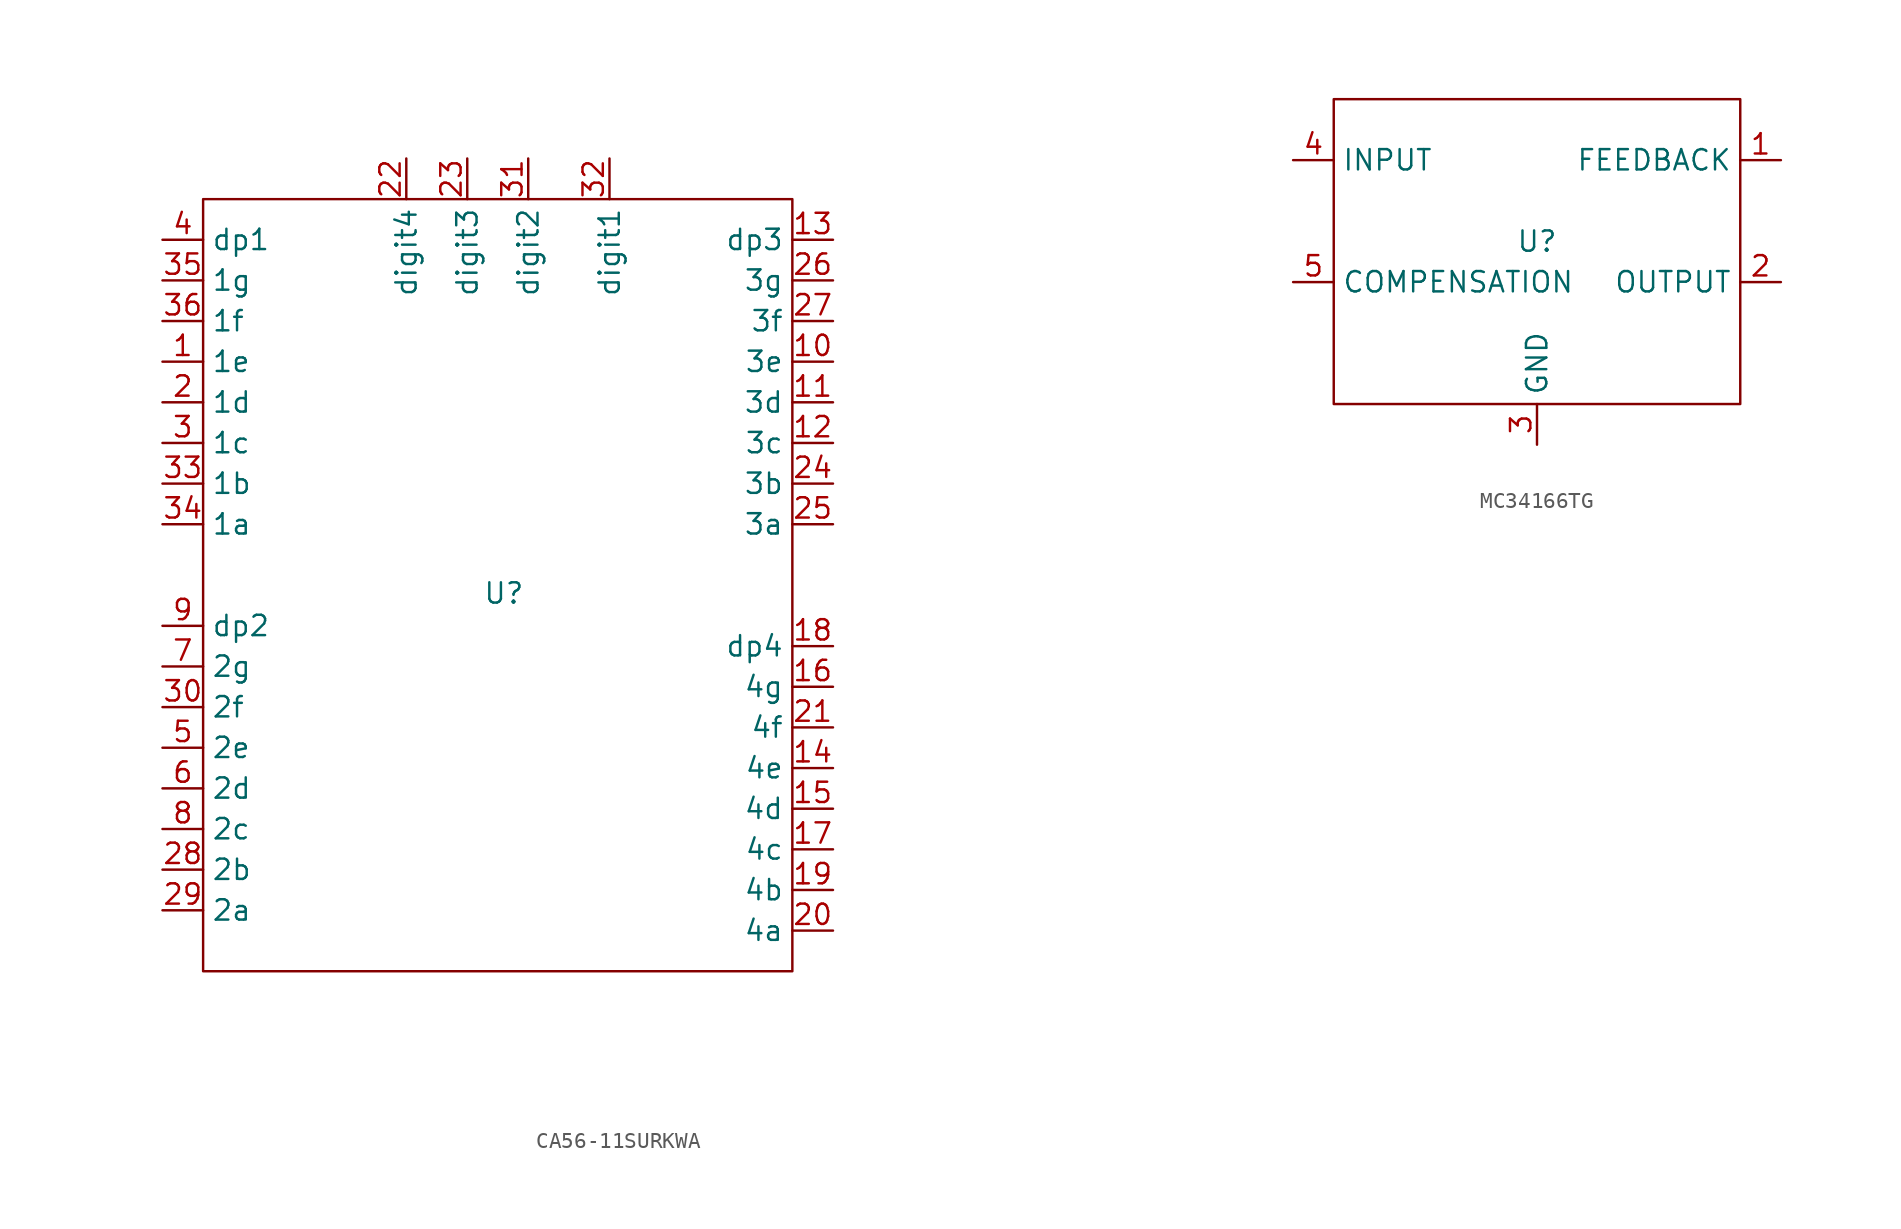
<source format=kicad_sym>
(kicad_symbol_lib
  (version 20231120)
  (generator "kicad_symbol_editor")
  (generator_version "8.0")
  (symbol "CA56-11SURKWA"
    (property "Reference" "U"
      (at -0.254 -0.508 0)
      (effects (font (size 1.27 1.27))))
    (property "Value" ""
      (at 35.56 -27.94 0)
      (effects (font (size 1.27 1.27))))
    (symbol "CA56-11SURKWA_0_1"
      (rectangle (start -19.05 24.13) (end 17.78 -24.13) (stroke (width 0) (type default)) (fill (type none))))
    (symbol "CA56-11SURKWA_1_1"
      (pin input line (at -21.59 13.97 0) (length 2.54) (name "1e" (effects (font (size 1.27 1.27)))) (number "1" (effects (font (size 1.27 1.27)))))
      (pin input line (at 20.32 13.97 180) (length 2.54) (name "3e" (effects (font (size 1.27 1.27)))) (number "10" (effects (font (size 1.27 1.27)))))
      (pin input line (at 20.32 11.43 180) (length 2.54) (name "3d" (effects (font (size 1.27 1.27)))) (number "11" (effects (font (size 1.27 1.27)))))
      (pin input line (at 20.32 8.89 180) (length 2.54) (name "3c" (effects (font (size 1.27 1.27)))) (number "12" (effects (font (size 1.27 1.27)))))
      (pin input line (at 20.32 21.59 180) (length 2.54) (name "dp3" (effects (font (size 1.27 1.27)))) (number "13" (effects (font (size 1.27 1.27)))))
      (pin input line (at 20.32 -11.43 180) (length 2.54) (name "4e" (effects (font (size 1.27 1.27)))) (number "14" (effects (font (size 1.27 1.27)))))
      (pin input line (at 20.32 -13.97 180) (length 2.54) (name "4d" (effects (font (size 1.27 1.27)))) (number "15" (effects (font (size 1.27 1.27)))))
      (pin input line (at 20.32 -6.35 180) (length 2.54) (name "4g" (effects (font (size 1.27 1.27)))) (number "16" (effects (font (size 1.27 1.27)))))
      (pin input line (at 20.32 -16.51 180) (length 2.54) (name "4c" (effects (font (size 1.27 1.27)))) (number "17" (effects (font (size 1.27 1.27)))))
      (pin input line (at 20.32 -3.81 180) (length 2.54) (name "dp4" (effects (font (size 1.27 1.27)))) (number "18" (effects (font (size 1.27 1.27)))))
      (pin input line (at 20.32 -19.05 180) (length 2.54) (name "4b" (effects (font (size 1.27 1.27)))) (number "19" (effects (font (size 1.27 1.27)))))
      (pin input line (at -21.59 11.43 0) (length 2.54) (name "1d" (effects (font (size 1.27 1.27)))) (number "2" (effects (font (size 1.27 1.27)))))
      (pin input line (at 20.32 -21.59 180) (length 2.54) (name "4a" (effects (font (size 1.27 1.27)))) (number "20" (effects (font (size 1.27 1.27)))))
      (pin input line (at 20.32 -8.89 180) (length 2.54) (name "4f" (effects (font (size 1.27 1.27)))) (number "21" (effects (font (size 1.27 1.27)))))
      (pin input line (at -6.35 26.67 270) (length 2.54) (name "digit4" (effects (font (size 1.27 1.27)))) (number "22" (effects (font (size 1.27 1.27)))))
      (pin input line (at -2.54 26.67 270) (length 2.54) (name "digit3" (effects (font (size 1.27 1.27)))) (number "23" (effects (font (size 1.27 1.27)))))
      (pin input line (at 20.32 6.35 180) (length 2.54) (name "3b" (effects (font (size 1.27 1.27)))) (number "24" (effects (font (size 1.27 1.27)))))
      (pin input line (at 20.32 3.81 180) (length 2.54) (name "3a" (effects (font (size 1.27 1.27)))) (number "25" (effects (font (size 1.27 1.27)))))
      (pin input line (at 20.32 19.05 180) (length 2.54) (name "3g" (effects (font (size 1.27 1.27)))) (number "26" (effects (font (size 1.27 1.27)))))
      (pin input line (at 20.32 16.51 180) (length 2.54) (name "3f" (effects (font (size 1.27 1.27)))) (number "27" (effects (font (size 1.27 1.27)))))
      (pin input line (at -21.59 -17.78 0) (length 2.54) (name "2b" (effects (font (size 1.27 1.27)))) (number "28" (effects (font (size 1.27 1.27)))))
      (pin input line (at -21.59 -20.32 0) (length 2.54) (name "2a" (effects (font (size 1.27 1.27)))) (number "29" (effects (font (size 1.27 1.27)))))
      (pin input line (at -21.59 8.89 0) (length 2.54) (name "1c" (effects (font (size 1.27 1.27)))) (number "3" (effects (font (size 1.27 1.27)))))
      (pin input line (at -21.59 -7.62 0) (length 2.54) (name "2f" (effects (font (size 1.27 1.27)))) (number "30" (effects (font (size 1.27 1.27)))))
      (pin input line (at 1.27 26.67 270) (length 2.54) (name "digit2" (effects (font (size 1.27 1.27)))) (number "31" (effects (font (size 1.27 1.27)))))
      (pin input line (at 6.35 26.67 270) (length 2.54) (name "digit1" (effects (font (size 1.27 1.27)))) (number "32" (effects (font (size 1.27 1.27)))))
      (pin input line (at -21.59 6.35 0) (length 2.54) (name "1b" (effects (font (size 1.27 1.27)))) (number "33" (effects (font (size 1.27 1.27)))))
      (pin input line (at -21.59 3.81 0) (length 2.54) (name "1a" (effects (font (size 1.27 1.27)))) (number "34" (effects (font (size 1.27 1.27)))))
      (pin input line (at -21.59 19.05 0) (length 2.54) (name "1g" (effects (font (size 1.27 1.27)))) (number "35" (effects (font (size 1.27 1.27)))))
      (pin input line (at -21.59 16.51 0) (length 2.54) (name "1f" (effects (font (size 1.27 1.27)))) (number "36" (effects (font (size 1.27 1.27)))))
      (pin input line (at -21.59 21.59 0) (length 2.54) (name "dp1" (effects (font (size 1.27 1.27)))) (number "4" (effects (font (size 1.27 1.27)))))
      (pin input line (at -21.59 -10.16 0) (length 2.54) (name "2e" (effects (font (size 1.27 1.27)))) (number "5" (effects (font (size 1.27 1.27)))))
      (pin input line (at -21.59 -12.7 0) (length 2.54) (name "2d" (effects (font (size 1.27 1.27)))) (number "6" (effects (font (size 1.27 1.27)))))
      (pin input line (at -21.59 -5.08 0) (length 2.54) (name "2g" (effects (font (size 1.27 1.27)))) (number "7" (effects (font (size 1.27 1.27)))))
      (pin input line (at -21.59 -15.24 0) (length 2.54) (name "2c" (effects (font (size 1.27 1.27)))) (number "8" (effects (font (size 1.27 1.27)))))
      (pin input line (at -21.59 -2.54 0) (length 2.54) (name "dp2" (effects (font (size 1.27 1.27)))) (number "9" (effects (font (size 1.27 1.27)))))))
  (symbol "MC34166TG"
    (property "Reference" "U"
      (at 0 0 0)
      (effects (font (size 1.27 1.27))))
    (property "Value" ""
      (at 0 0 0)
      (effects (font (size 1.27 1.27))))
    (symbol "MC34166TG_0_1"
      (rectangle (start -12.7 8.89) (end 12.7 -10.16) (stroke (width 0) (type default)) (fill (type none))))
    (symbol "MC34166TG_1_1"
      (pin passive line (at 15.24 5.08 180) (length 2.54) (name "FEEDBACK" (effects (font (size 1.27 1.27)))) (number "1" (effects (font (size 1.27 1.27)))))
      (pin passive line (at 15.24 -2.54 180) (length 2.54) (name "OUTPUT" (effects (font (size 1.27 1.27)))) (number "2" (effects (font (size 1.27 1.27)))))
      (pin passive line (at 0 -12.7 90) (length 2.54) (name "GND" (effects (font (size 1.27 1.27)))) (number "3" (effects (font (size 1.27 1.27)))))
      (pin passive line (at -15.24 5.08 0) (length 2.54) (name "INPUT" (effects (font (size 1.27 1.27)))) (number "4" (effects (font (size 1.27 1.27)))))
      (pin passive line (at -15.24 -2.54 0) (length 2.54) (name "COMPENSATION" (effects (font (size 1.27 1.27)))) (number "5" (effects (font (size 1.27 1.27))))))))
</source>
